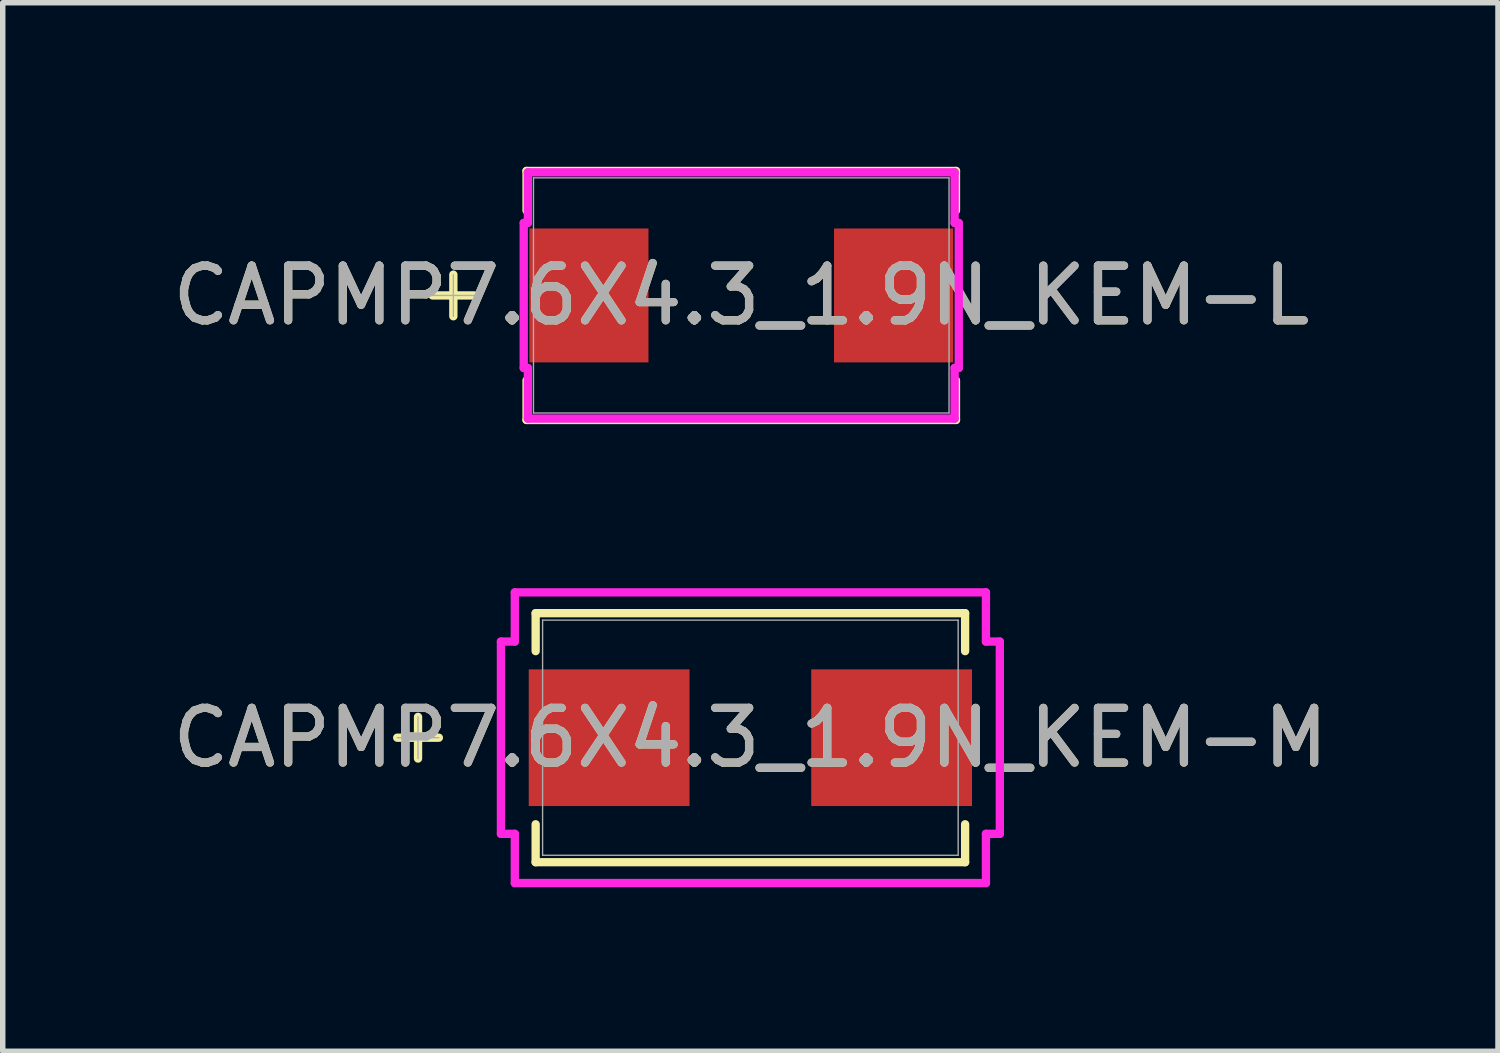
<source format=kicad_pcb>
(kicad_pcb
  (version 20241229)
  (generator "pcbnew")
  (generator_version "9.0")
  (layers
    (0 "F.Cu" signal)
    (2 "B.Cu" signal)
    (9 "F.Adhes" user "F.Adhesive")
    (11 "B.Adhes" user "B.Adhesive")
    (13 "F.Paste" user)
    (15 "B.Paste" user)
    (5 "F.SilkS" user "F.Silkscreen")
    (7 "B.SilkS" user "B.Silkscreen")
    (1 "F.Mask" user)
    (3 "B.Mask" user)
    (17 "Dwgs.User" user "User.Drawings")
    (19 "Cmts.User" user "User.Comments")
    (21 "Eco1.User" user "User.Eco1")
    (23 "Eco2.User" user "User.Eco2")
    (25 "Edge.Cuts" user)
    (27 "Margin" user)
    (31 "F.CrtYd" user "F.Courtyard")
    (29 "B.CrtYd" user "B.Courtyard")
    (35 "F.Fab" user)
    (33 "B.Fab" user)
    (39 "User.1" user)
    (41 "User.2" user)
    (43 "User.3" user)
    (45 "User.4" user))
  (footprint "CAPMP7.6X4.3_1.9N_KEM-M"
    (layer "F.Cu")
    (at 10.673 10.441)
    (property "Reference" "CAPMP7.6X4.3_1.9N_KEM-M" (at 0 0 0) (unlocked yes) (layer "F.SilkS") (effects (font (size 1 1) (thickness 0.15))))
    (attr smd)
    (fp_line (start -6.078 -0.381) (end -6.078 0.381) (stroke (width 0.152) (type solid)) (layer "F.SilkS"))
    (fp_line (start -5.697 0) (end -6.459 0) (stroke (width 0.152) (type solid)) (layer "F.SilkS"))
    (fp_line (start -3.927 -2.277) (end -3.927 -1.583) (stroke (width 0.152) (type solid)) (layer "F.SilkS"))
    (fp_line (start -3.927 1.583) (end -3.927 2.277) (stroke (width 0.152) (type solid)) (layer "F.SilkS"))
    (fp_line (start -3.927 2.277) (end 3.927 2.277) (stroke (width 0.152) (type solid)) (layer "F.SilkS"))
    (fp_line (start 3.927 -2.277) (end -3.927 -2.277) (stroke (width 0.152) (type solid)) (layer "F.SilkS"))
    (fp_line (start 3.927 -1.583) (end 3.927 -2.277) (stroke (width 0.152) (type solid)) (layer "F.SilkS"))
    (fp_line (start 3.927 2.277) (end 3.927 1.583) (stroke (width 0.152) (type solid)) (layer "F.SilkS"))
    (fp_line (start -4.562 -1.758) (end -4.308 -1.758) (stroke (width 0.152) (type solid)) (layer "F.CrtYd"))
    (fp_line (start -4.562 1.758) (end -4.562 -1.758) (stroke (width 0.152) (type solid)) (layer "F.CrtYd"))
    (fp_line (start -4.308 -2.658) (end 4.308 -2.658) (stroke (width 0.152) (type solid)) (layer "F.CrtYd"))
    (fp_line (start -4.308 -1.758) (end -4.308 -2.658) (stroke (width 0.152) (type solid)) (layer "F.CrtYd"))
    (fp_line (start -4.308 1.758) (end -4.562 1.758) (stroke (width 0.152) (type solid)) (layer "F.CrtYd"))
    (fp_line (start -4.308 2.658) (end -4.308 1.758) (stroke (width 0.152) (type solid)) (layer "F.CrtYd"))
    (fp_line (start 4.308 -2.658) (end 4.308 -1.758) (stroke (width 0.152) (type solid)) (layer "F.CrtYd"))
    (fp_line (start 4.308 -1.758) (end 4.562 -1.758) (stroke (width 0.152) (type solid)) (layer "F.CrtYd"))
    (fp_line (start 4.308 1.758) (end 4.308 2.658) (stroke (width 0.152) (type solid)) (layer "F.CrtYd"))
    (fp_line (start 4.308 2.658) (end -4.308 2.658) (stroke (width 0.152) (type solid)) (layer "F.CrtYd"))
    (fp_line (start 4.562 -1.758) (end 4.562 1.758) (stroke (width 0.152) (type solid)) (layer "F.CrtYd"))
    (fp_line (start 4.562 1.758) (end 4.308 1.758) (stroke (width 0.152) (type solid)) (layer "F.CrtYd"))
    (fp_line (start -6.078 -0.381) (end -6.078 0.381) (stroke (width 0.025) (type solid)) (layer "F.Fab"))
    (fp_line (start -5.697 0) (end -6.459 0) (stroke (width 0.025) (type solid)) (layer "F.Fab"))
    (fp_line (start -3.8 -2.15) (end -3.8 2.15) (stroke (width 0.025) (type solid)) (layer "F.Fab"))
    (fp_line (start -3.8 2.15) (end 3.8 2.15) (stroke (width 0.025) (type solid)) (layer "F.Fab"))
    (fp_line (start 3.8 -2.15) (end -3.8 -2.15) (stroke (width 0.025) (type solid)) (layer "F.Fab"))
    (fp_line (start 3.8 2.15) (end 3.8 -2.15) (stroke (width 0.025) (type solid)) (layer "F.Fab"))
    (fp_text user "${REFERENCE}" (at 0 0 0) (unlocked yes) (layer "F.Fab") (effects (font (size 1 1) (thickness 0.15))))
    (pad "1" smd rect (at -2.583 0 90) (size 2.5 2.941) (layers "F.Cu" "F.Mask" "F.Paste"))
    (pad "2" smd rect (at 2.583 0 90) (size 2.5 2.941) (layers "F.Cu" "F.Mask" "F.Paste"))
    (zone (net_name "") (layer "F.Cu") (hatch full 0.508) (connect_pads) (min_thickness 0.254) (filled_areas_thickness no) (keepout (tracks not_allowed) (vias not_allowed) (pads allowed) (copperpour not_allowed) (footprints allowed)) (placement (enabled no)) (fill) (polygon (pts (xy 6.923 8.341) (xy 14.422 8.341) (xy 14.422 9.14) (xy 6.923 9.14))))
    (zone (net_name "") (layer "F.Cu") (hatch full 0.508) (connect_pads) (min_thickness 0.254) (filled_areas_thickness no) (keepout (tracks not_allowed) (vias not_allowed) (pads allowed) (copperpour not_allowed) (footprints allowed)) (placement (enabled no)) (fill) (polygon (pts (xy 6.923 11.741) (xy 14.422 11.741) (xy 14.422 12.54) (xy 6.923 12.54))))
    (zone (net_name "") (layer "F.Cu") (hatch full 0.508) (connect_pads) (min_thickness 0.254) (filled_areas_thickness no) (keepout (tracks not_allowed) (vias not_allowed) (pads allowed) (copperpour not_allowed) (footprints allowed)) (placement (enabled no)) (fill) (polygon (pts (xy 9.311 9.14) (xy 12.034 9.14) (xy 12.034 11.741) (xy 9.311 11.741)))))
  (footprint "CAPMP7.6X4.3_1.9N_KEM-L"
    (layer "F.Cu")
    (at 10.506 2.353)
    (property "Reference" "CAPMP7.6X4.3_1.9N_KEM-L" (at 0 0 0) (unlocked yes) (layer "F.SilkS") (effects (font (size 1 1) (thickness 0.15))))
    (attr smd)
    (fp_line (start -5.265 -0.381) (end -5.265 0.381) (stroke (width 0.152) (type solid)) (layer "F.SilkS"))
    (fp_line (start -4.884 0) (end -5.646 0) (stroke (width 0.152) (type solid)) (layer "F.SilkS"))
    (fp_line (start -3.927 -2.277) (end -3.927 -1.553) (stroke (width 0.152) (type solid)) (layer "F.SilkS"))
    (fp_line (start -3.927 1.553) (end -3.927 2.277) (stroke (width 0.152) (type solid)) (layer "F.SilkS"))
    (fp_line (start -3.927 2.277) (end 3.927 2.277) (stroke (width 0.152) (type solid)) (layer "F.SilkS"))
    (fp_line (start 3.927 -2.277) (end -3.927 -2.277) (stroke (width 0.152) (type solid)) (layer "F.SilkS"))
    (fp_line (start 3.927 -1.553) (end 3.927 -2.277) (stroke (width 0.152) (type solid)) (layer "F.SilkS"))
    (fp_line (start 3.927 2.277) (end 3.927 1.553) (stroke (width 0.152) (type solid)) (layer "F.SilkS"))
    (fp_line (start -3.978 -1.326) (end -3.902 -1.326) (stroke (width 0.152) (type solid)) (layer "F.CrtYd"))
    (fp_line (start -3.978 1.326) (end -3.978 -1.326) (stroke (width 0.152) (type solid)) (layer "F.CrtYd"))
    (fp_line (start -3.902 -2.252) (end 3.902 -2.252) (stroke (width 0.152) (type solid)) (layer "F.CrtYd"))
    (fp_line (start -3.902 -1.326) (end -3.902 -2.252) (stroke (width 0.152) (type solid)) (layer "F.CrtYd"))
    (fp_line (start -3.902 1.326) (end -3.978 1.326) (stroke (width 0.152) (type solid)) (layer "F.CrtYd"))
    (fp_line (start -3.902 2.252) (end -3.902 1.326) (stroke (width 0.152) (type solid)) (layer "F.CrtYd"))
    (fp_line (start 3.902 -2.252) (end 3.902 -1.326) (stroke (width 0.152) (type solid)) (layer "F.CrtYd"))
    (fp_line (start 3.902 -1.326) (end 3.978 -1.326) (stroke (width 0.152) (type solid)) (layer "F.CrtYd"))
    (fp_line (start 3.902 1.326) (end 3.902 2.252) (stroke (width 0.152) (type solid)) (layer "F.CrtYd"))
    (fp_line (start 3.902 2.252) (end -3.902 2.252) (stroke (width 0.152) (type solid)) (layer "F.CrtYd"))
    (fp_line (start 3.978 -1.326) (end 3.978 1.326) (stroke (width 0.152) (type solid)) (layer "F.CrtYd"))
    (fp_line (start 3.978 1.326) (end 3.902 1.326) (stroke (width 0.152) (type solid)) (layer "F.CrtYd"))
    (fp_line (start -5.265 -0.381) (end -5.265 0.381) (stroke (width 0.025) (type solid)) (layer "F.Fab"))
    (fp_line (start -4.884 0) (end -5.646 0) (stroke (width 0.025) (type solid)) (layer "F.Fab"))
    (fp_line (start -3.8 -2.15) (end -3.8 2.15) (stroke (width 0.025) (type solid)) (layer "F.Fab"))
    (fp_line (start -3.8 2.15) (end 3.8 2.15) (stroke (width 0.025) (type solid)) (layer "F.Fab"))
    (fp_line (start 3.8 -2.15) (end -3.8 -2.15) (stroke (width 0.025) (type solid)) (layer "F.Fab"))
    (fp_line (start 3.8 2.15) (end 3.8 -2.15) (stroke (width 0.025) (type solid)) (layer "F.Fab"))
    (fp_text user "${REFERENCE}" (at 0 0 0) (unlocked yes) (layer "F.Fab") (effects (font (size 1 1) (thickness 0.15))))
    (pad "1" smd rect (at -2.786 0 90) (size 2.449 2.179) (layers "F.Cu" "F.Mask" "F.Paste"))
    (pad "2" smd rect (at 2.786 0 90) (size 2.449 2.179) (layers "F.Cu" "F.Mask" "F.Paste"))
    (zone (net_name "") (layer "F.Cu") (hatch full 0.508) (connect_pads) (min_thickness 0.254) (filled_areas_thickness no) (keepout (tracks not_allowed) (vias not_allowed) (pads allowed) (copperpour not_allowed) (footprints allowed)) (placement (enabled no)) (fill) (polygon (pts (xy 6.757 0.254) (xy 14.255 0.254) (xy 14.255 1.052) (xy 6.757 1.052))))
    (zone (net_name "") (layer "F.Cu") (hatch full 0.508) (connect_pads) (min_thickness 0.254) (filled_areas_thickness no) (keepout (tracks not_allowed) (vias not_allowed) (pads allowed) (copperpour not_allowed) (footprints allowed)) (placement (enabled no)) (fill) (polygon (pts (xy 6.757 3.654) (xy 14.255 3.654) (xy 14.255 4.452) (xy 6.757 4.452))))
    (zone (net_name "") (layer "F.Cu") (hatch full 0.508) (connect_pads) (min_thickness 0.254) (filled_areas_thickness no) (keepout (tracks not_allowed) (vias not_allowed) (pads allowed) (copperpour not_allowed) (footprints allowed)) (placement (enabled no)) (fill) (polygon (pts (xy 8.56 1.052) (xy 12.452 1.052) (xy 12.452 3.654) (xy 8.56 3.654)))))
  (gr_rect
    (start -3 -3)
    (end 24.345 16.175)
    (stroke (width 0.1) (type default))
    (fill no)
    (layer "Edge.Cuts")))
</source>
